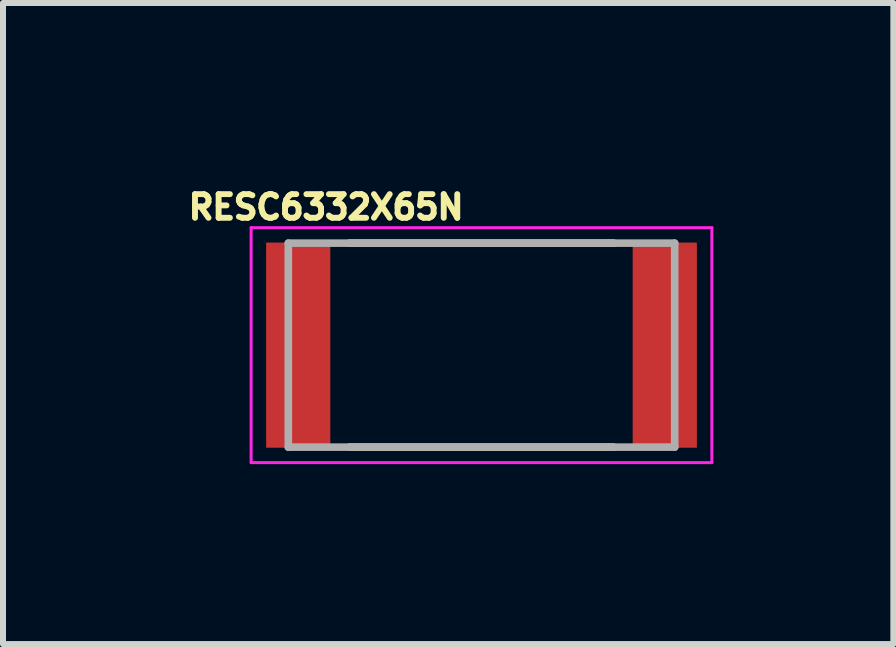
<source format=kicad_pcb>
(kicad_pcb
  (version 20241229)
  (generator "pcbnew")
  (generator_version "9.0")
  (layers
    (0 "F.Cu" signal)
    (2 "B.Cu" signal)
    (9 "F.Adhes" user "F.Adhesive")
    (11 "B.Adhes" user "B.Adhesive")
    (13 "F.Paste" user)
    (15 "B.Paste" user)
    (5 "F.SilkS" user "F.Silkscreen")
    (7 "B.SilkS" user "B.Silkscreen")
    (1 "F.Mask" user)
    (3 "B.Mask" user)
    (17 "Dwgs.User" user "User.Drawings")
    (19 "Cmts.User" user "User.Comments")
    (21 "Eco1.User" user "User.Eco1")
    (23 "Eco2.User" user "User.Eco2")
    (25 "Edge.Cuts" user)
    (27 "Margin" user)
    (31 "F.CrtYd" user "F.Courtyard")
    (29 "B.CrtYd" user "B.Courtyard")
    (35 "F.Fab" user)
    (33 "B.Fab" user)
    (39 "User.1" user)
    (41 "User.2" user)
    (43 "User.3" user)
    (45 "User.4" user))
  (footprint "RESC6332X65N"
    (layer "F.Cu")
    (at 4.976 2.703)
    (property "Reference" "RESC6332X65N" (at -2.59 -2.3 0) (layer "F.SilkS") (effects (font (size 0.394 0.394) (thickness 0.15))))
    (attr smd)
    (fp_line (start -2.2 -1.7) (end 2.2 -1.7) (stroke (width 0.127) (type solid)) (layer "F.SilkS"))
    (fp_line (start -2.2 1.7) (end 2.2 1.7) (stroke (width 0.127) (type solid)) (layer "F.SilkS"))
    (fp_line (start -3.84 -1.958) (end 3.84 -1.958) (stroke (width 0.05) (type solid)) (layer "F.CrtYd"))
    (fp_line (start -3.84 1.958) (end -3.84 -1.958) (stroke (width 0.05) (type solid)) (layer "F.CrtYd"))
    (fp_line (start -3.84 1.958) (end 3.84 1.958) (stroke (width 0.05) (type solid)) (layer "F.CrtYd"))
    (fp_line (start 3.84 1.958) (end 3.84 -1.958) (stroke (width 0.05) (type solid)) (layer "F.CrtYd"))
    (fp_line (start -3.22 1.7) (end -3.22 -1.7) (stroke (width 0.127) (type solid)) (layer "F.Fab"))
    (fp_line (start 3.22 -1.7) (end -3.22 -1.7) (stroke (width 0.127) (type solid)) (layer "F.Fab"))
    (fp_line (start 3.22 1.7) (end -3.22 1.7) (stroke (width 0.127) (type solid)) (layer "F.Fab"))
    (fp_line (start 3.22 1.7) (end 3.22 -1.7) (stroke (width 0.127) (type solid)) (layer "F.Fab"))
    (pad "1" smd rect (at -3.055 0) (size 1.07 3.42) (layers "F.Cu" "F.Mask" "F.Paste"))
    (pad "2" smd rect (at 3.055 0) (size 1.07 3.42) (layers "F.Cu" "F.Mask" "F.Paste")))
  (gr_rect
    (start -3 -3)
    (end 11.841 7.686)
    (stroke (width 0.1) (type default))
    (fill no)
    (layer "Edge.Cuts")))
</source>
